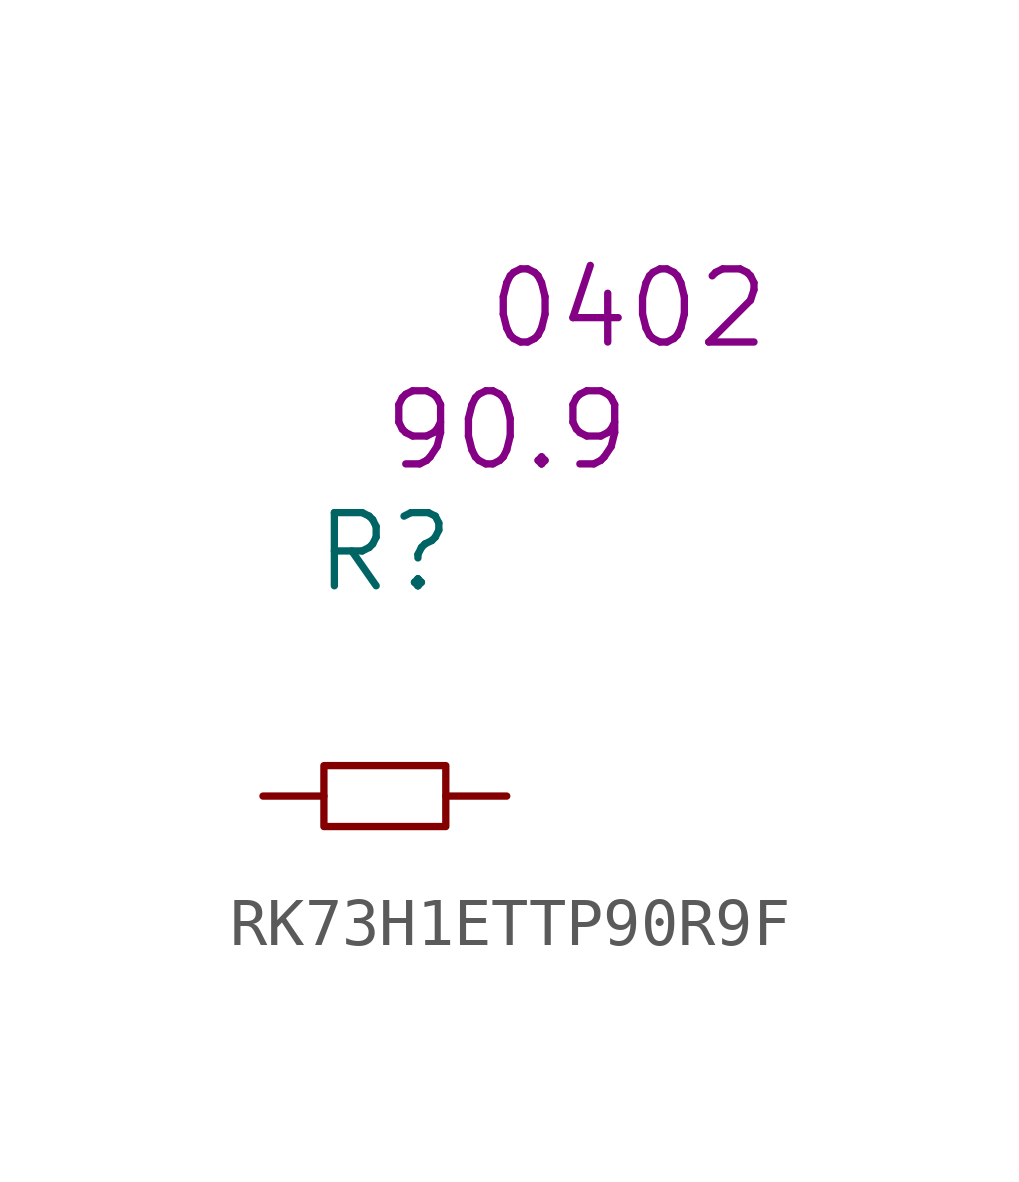
<source format=kicad_sym>
(kicad_symbol_lib
  (version 20220914)
  (generator kicad_symbol_editor)
  (symbol "RK73H1ETTP90R9F"
    (pin_numbers hide)
    (pin_names
      (offset 1.016) hide)
    (property "Reference" "R"
      (at 0 5.08 0)
      (effects (font (size 1.524 1.524))))
    (property "Datasheet" ""
      (at 0 5.08 0)
      (effects (font (size 1.524 1.524))))
    (property "Value2" "90.9"
      (at 2.54 7.62 0)
      (effects (font (size 1.524 1.524))))
    (property "Size" "0402"
      (at 5.08 10.16 0)
      (effects (font (size 1.524 1.524))))
    (symbol "RK73H1ETTP90R9F_0_1"
      (rectangle (start -1.27 0.635) (end 1.27 -0.635) (stroke (width 0) (type solid)) (fill (type none))))
    (symbol "RK73H1ETTP90R9F_1_1"
      (pin passive line (at -2.54 0 0) (length 1.27) (name "1" (effects (font (size 1.27 1.27)))) (number "1" (effects (font (size 1.27 1.27)))))
      (pin passive line (at 2.54 0 180) (length 1.27) (name "2" (effects (font (size 1.27 1.27)))) (number "2" (effects (font (size 1.27 1.27))))))))
</source>
